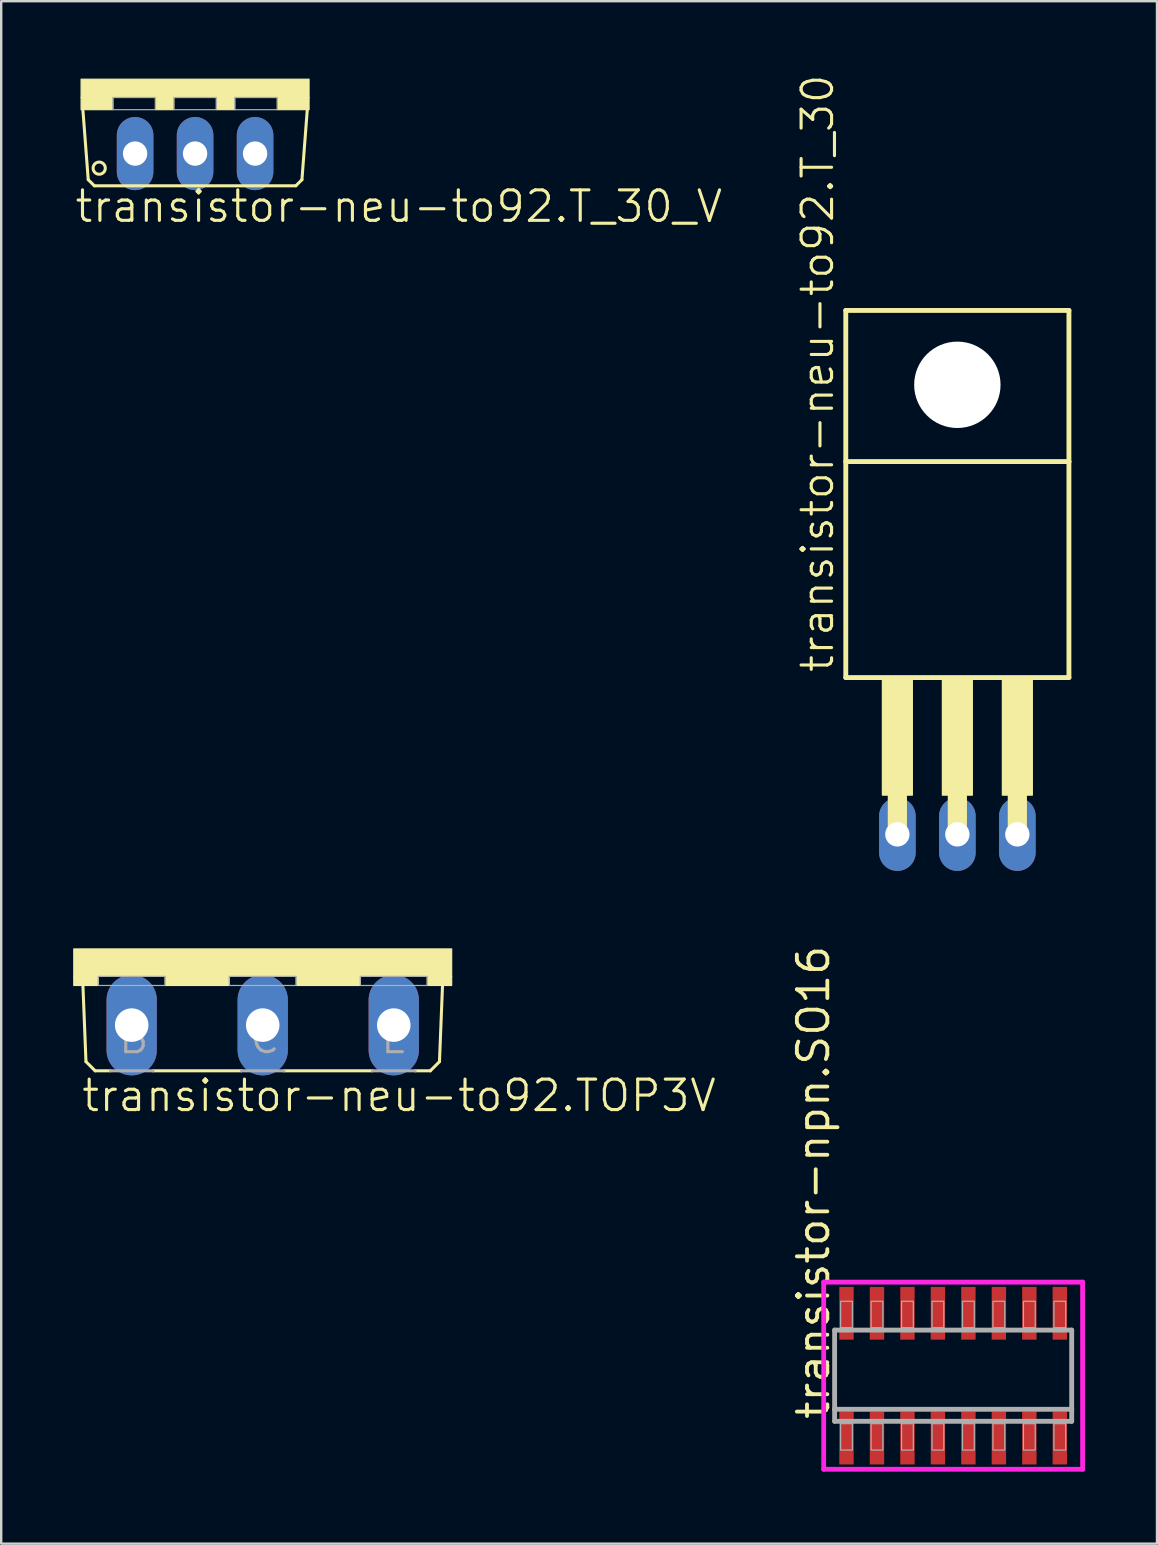
<source format=kicad_pcb>
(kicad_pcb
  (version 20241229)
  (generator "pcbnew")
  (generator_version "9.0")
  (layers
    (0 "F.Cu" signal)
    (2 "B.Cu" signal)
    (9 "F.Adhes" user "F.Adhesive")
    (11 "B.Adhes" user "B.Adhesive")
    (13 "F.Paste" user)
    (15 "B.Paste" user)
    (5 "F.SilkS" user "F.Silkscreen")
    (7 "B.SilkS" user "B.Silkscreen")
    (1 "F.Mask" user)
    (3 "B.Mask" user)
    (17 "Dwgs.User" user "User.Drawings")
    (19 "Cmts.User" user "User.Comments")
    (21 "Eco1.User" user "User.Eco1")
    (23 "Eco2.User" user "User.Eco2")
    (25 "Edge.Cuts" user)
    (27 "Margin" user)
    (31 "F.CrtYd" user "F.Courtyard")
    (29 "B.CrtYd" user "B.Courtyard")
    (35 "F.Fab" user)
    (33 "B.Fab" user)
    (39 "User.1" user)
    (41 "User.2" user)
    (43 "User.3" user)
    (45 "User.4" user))
  (footprint "transistor-npn.SO16"
    (layer "F.Cu")
    (at 36.673 54.282)
    (property "Reference" "transistor-npn.SO16" (at -5.08 1.905 90) (layer "F.SilkS") (effects (font (size 1.27 1.27) (thickness 0.16)) (justify left bottom)))
    (attr smd)
    (fp_line (start -5.395 -3.9) (end 5.395 -3.9) (stroke (width 0.2) (type default)) (layer "F.CrtYd"))
    (fp_line (start -5.395 3.9) (end -5.395 -3.9) (stroke (width 0.2) (type default)) (layer "F.CrtYd"))
    (fp_line (start 5.395 -3.9) (end 5.395 3.9) (stroke (width 0.2) (type default)) (layer "F.CrtYd"))
    (fp_line (start 5.395 3.9) (end -5.395 3.9) (stroke (width 0.2) (type default)) (layer "F.CrtYd"))
    (fp_line (start -4.94 -1.9) (end 4.94 -1.9) (stroke (width 0.203) (type default)) (layer "F.Fab"))
    (fp_line (start -4.94 1.4) (end -4.94 -1.9) (stroke (width 0.203) (type default)) (layer "F.Fab"))
    (fp_line (start -4.94 1.9) (end -4.94 1.4) (stroke (width 0.203) (type default)) (layer "F.Fab"))
    (fp_line (start 4.94 -1.9) (end 4.94 1.4) (stroke (width 0.203) (type default)) (layer "F.Fab"))
    (fp_line (start 4.94 1.4) (end -4.94 1.4) (stroke (width 0.203) (type default)) (layer "F.Fab"))
    (fp_line (start 4.94 1.4) (end 4.94 1.9) (stroke (width 0.203) (type default)) (layer "F.Fab"))
    (fp_line (start 4.94 1.9) (end -4.94 1.9) (stroke (width 0.203) (type default)) (layer "F.Fab"))
    (fp_rect (start -4.69 -2) (end -4.2 -3.1) (stroke (width 0.05) (type default)) (fill no) (layer "F.Fab"))
    (fp_rect (start -4.69 3.1) (end -4.2 2) (stroke (width 0.05) (type default)) (fill no) (layer "F.Fab"))
    (fp_rect (start -3.42 -2) (end -2.93 -3.1) (stroke (width 0.05) (type default)) (fill no) (layer "F.Fab"))
    (fp_rect (start -3.42 3.1) (end -2.93 2) (stroke (width 0.05) (type default)) (fill no) (layer "F.Fab"))
    (fp_rect (start -2.15 -2) (end -1.66 -3.1) (stroke (width 0.05) (type default)) (fill no) (layer "F.Fab"))
    (fp_rect (start -2.15 3.1) (end -1.66 2) (stroke (width 0.05) (type default)) (fill no) (layer "F.Fab"))
    (fp_rect (start -0.88 -2) (end -0.39 -3.1) (stroke (width 0.05) (type default)) (fill no) (layer "F.Fab"))
    (fp_rect (start -0.88 3.1) (end -0.39 2) (stroke (width 0.05) (type default)) (fill no) (layer "F.Fab"))
    (fp_rect (start 0.39 -2) (end 0.88 -3.1) (stroke (width 0.05) (type default)) (fill no) (layer "F.Fab"))
    (fp_rect (start 0.39 3.1) (end 0.88 2) (stroke (width 0.05) (type default)) (fill no) (layer "F.Fab"))
    (fp_rect (start 1.66 -2) (end 2.15 -3.1) (stroke (width 0.05) (type default)) (fill no) (layer "F.Fab"))
    (fp_rect (start 1.66 3.1) (end 2.15 2) (stroke (width 0.05) (type default)) (fill no) (layer "F.Fab"))
    (fp_rect (start 2.93 -2) (end 3.42 -3.1) (stroke (width 0.05) (type default)) (fill no) (layer "F.Fab"))
    (fp_rect (start 2.93 3.1) (end 3.42 2) (stroke (width 0.05) (type default)) (fill no) (layer "F.Fab"))
    (fp_rect (start 4.2 -2) (end 4.69 -3.1) (stroke (width 0.05) (type default)) (fill no) (layer "F.Fab"))
    (fp_rect (start 4.2 3.1) (end 4.69 2) (stroke (width 0.05) (type default)) (fill no) (layer "F.Fab"))
    (pad "1" smd roundrect (at -4.445 2.6) (size 0.6 2.2) (layers "F.Cu" "F.Mask" "F.Paste") (roundrect_rratio 0.01))
    (pad "2" smd roundrect (at -3.175 2.6) (size 0.6 2.2) (layers "F.Cu" "F.Mask" "F.Paste") (roundrect_rratio 0.01))
    (pad "3" smd roundrect (at -1.905 2.6) (size 0.6 2.2) (layers "F.Cu" "F.Mask" "F.Paste") (roundrect_rratio 0.01))
    (pad "4" smd roundrect (at -0.635 2.6) (size 0.6 2.2) (layers "F.Cu" "F.Mask" "F.Paste") (roundrect_rratio 0.01))
    (pad "5" smd roundrect (at 0.635 2.6) (size 0.6 2.2) (layers "F.Cu" "F.Mask" "F.Paste") (roundrect_rratio 0.01))
    (pad "6" smd roundrect (at 1.905 2.6) (size 0.6 2.2) (layers "F.Cu" "F.Mask" "F.Paste") (roundrect_rratio 0.01))
    (pad "7" smd roundrect (at 3.175 2.6) (size 0.6 2.2) (layers "F.Cu" "F.Mask" "F.Paste") (roundrect_rratio 0.01))
    (pad "8" smd roundrect (at 4.445 2.6) (size 0.6 2.2) (layers "F.Cu" "F.Mask" "F.Paste") (roundrect_rratio 0.01))
    (pad "9" smd roundrect (at 4.445 -2.6) (size 0.6 2.2) (layers "F.Cu" "F.Mask" "F.Paste") (roundrect_rratio 0.01))
    (pad "10" smd roundrect (at 3.175 -2.6) (size 0.6 2.2) (layers "F.Cu" "F.Mask" "F.Paste") (roundrect_rratio 0.01))
    (pad "11" smd roundrect (at 1.905 -2.6) (size 0.6 2.2) (layers "F.Cu" "F.Mask" "F.Paste") (roundrect_rratio 0.01))
    (pad "12" smd roundrect (at 0.635 -2.6) (size 0.6 2.2) (layers "F.Cu" "F.Mask" "F.Paste") (roundrect_rratio 0.01))
    (pad "13" smd roundrect (at -0.635 -2.6) (size 0.6 2.2) (layers "F.Cu" "F.Mask" "F.Paste") (roundrect_rratio 0.01))
    (pad "14" smd roundrect (at -1.905 -2.6) (size 0.6 2.2) (layers "F.Cu" "F.Mask" "F.Paste") (roundrect_rratio 0.01))
    (pad "15" smd roundrect (at -3.175 -2.6) (size 0.6 2.2) (layers "F.Cu" "F.Mask" "F.Paste") (roundrect_rratio 0.01))
    (pad "16" smd roundrect (at -4.445 -2.6) (size 0.6 2.2) (layers "F.Cu" "F.Mask" "F.Paste") (roundrect_rratio 0.01)))
  (footprint "transistor-neu-to92.T_30"
    (layer "F.Cu")
    (at 36.848 12.987)
    (property "Reference" "transistor-neu-to92.T_30" (at -5.08 12.065 90) (layer "F.SilkS") (effects (font (size 1.27 1.27) (thickness 0.13)) (justify left bottom)))
    (attr through_hole)
    (fp_line (start -4.65 -3.1) (end 4.65 -3.1) (stroke (width 0.203) (type default)) (layer "F.SilkS"))
    (fp_line (start -4.65 12.2) (end -4.65 -3.1) (stroke (width 0.203) (type default)) (layer "F.SilkS"))
    (fp_line (start -2.5 16.905) (end -2.5 18.73) (stroke (width 0.8) (type default)) (layer "F.SilkS"))
    (fp_line (start 0 16.905) (end 0 18.73) (stroke (width 0.8) (type default)) (layer "F.SilkS"))
    (fp_line (start 2.5 16.905) (end 2.5 18.73) (stroke (width 0.8) (type default)) (layer "F.SilkS"))
    (fp_line (start 4.65 -3.1) (end 4.65 3.2) (stroke (width 0.203) (type default)) (layer "F.SilkS"))
    (fp_line (start 4.65 3.2) (end -4.65 3.2) (stroke (width 0.203) (type default)) (layer "F.SilkS"))
    (fp_line (start 4.65 3.2) (end 4.65 12.2) (stroke (width 0.203) (type default)) (layer "F.SilkS"))
    (fp_line (start 4.65 12.2) (end -4.65 12.2) (stroke (width 0.203) (type default)) (layer "F.SilkS"))
    (fp_rect (start -3.125 17.1) (end -1.875 12.275) (stroke (width 0.05) (type default)) (fill yes) (layer "F.SilkS"))
    (fp_rect (start -0.625 17.1) (end 0.625 12.275) (stroke (width 0.05) (type default)) (fill yes) (layer "F.SilkS"))
    (fp_rect (start 1.875 17.1) (end 3.125 12.275) (stroke (width 0.05) (type default)) (fill yes) (layer "F.SilkS"))
    (pad "" np_thru_hole circle (at 0 0) (size 3.6 3.6) (drill 3.6) (layers "*.Cu" "*.Mask"))
    (pad "1" thru_hole oval (at -2.5 18.735 90) (size 3.048 1.524) (drill 1.016) (layers "*.Cu" "*.Mask"))
    (pad "2" thru_hole oval (at 0 18.735 90) (size 3.048 1.524) (drill 1.016) (layers "*.Cu" "*.Mask"))
    (pad "3" thru_hole oval (at 2.5 18.735 90) (size 3.048 1.524) (drill 1.016) (layers "*.Cu" "*.Mask")))
  (footprint "transistor-neu-to92.T_30_V"
    (layer "F.Cu")
    (at 5.08 0.25)
    (property "Reference" "transistor-neu-to92.T_30_V" (at -5.08 6.045 0) (layer "F.SilkS") (effects (font (size 1.27 1.27) (thickness 0.13)) (justify left bottom)))
    (attr through_hole)
    (fp_line (start -4.453 4.189) (end -4.68 1.218) (stroke (width 0.127) (type default)) (layer "F.SilkS"))
    (fp_line (start -4.453 4.189) (end -4.199 4.443) (stroke (width 0.127) (type default)) (layer "F.SilkS"))
    (fp_line (start 4.199 4.443) (end -4.199 4.443) (stroke (width 0.127) (type default)) (layer "F.SilkS"))
    (fp_line (start 4.199 4.443) (end 4.453 4.189) (stroke (width 0.127) (type default)) (layer "F.SilkS"))
    (fp_line (start 4.68 1.218) (end 4.453 4.189) (stroke (width 0.127) (type default)) (layer "F.SilkS"))
    (fp_rect (start -4.75 0.762) (end 4.75 0) (stroke (width 0.05) (type default)) (fill yes) (layer "F.SilkS"))
    (fp_rect (start -4.75 1.27) (end -3.429 0.762) (stroke (width 0.05) (type default)) (fill yes) (layer "F.SilkS"))
    (fp_rect (start -1.651 1.27) (end -0.889 0.762) (stroke (width 0.05) (type default)) (fill yes) (layer "F.SilkS"))
    (fp_rect (start 0.889 1.27) (end 1.651 0.762) (stroke (width 0.05) (type default)) (fill yes) (layer "F.SilkS"))
    (fp_rect (start 3.429 1.27) (end 4.75 0.762) (stroke (width 0.05) (type default)) (fill yes) (layer "F.SilkS"))
    (fp_circle (center -3.996 3.708) (end -3.742 3.708) (stroke (width 0.127) (type default)) (fill no) (layer "F.SilkS"))
    (fp_rect (start -3.429 1.27) (end -1.651 0.762) (stroke (width 0.05) (type default)) (fill no) (layer "F.Fab"))
    (fp_rect (start -0.889 1.27) (end 0.889 0.762) (stroke (width 0.05) (type default)) (fill no) (layer "F.Fab"))
    (fp_rect (start 1.651 1.27) (end 3.429 0.762) (stroke (width 0.05) (type default)) (fill no) (layer "F.Fab"))
    (pad "1" thru_hole oval (at -2.5 3.1 90) (size 3.048 1.524) (drill 1.016) (layers "*.Cu" "*.Mask"))
    (pad "2" thru_hole oval (at 0 3.1 90) (size 3.048 1.524) (drill 1.016) (layers "*.Cu" "*.Mask"))
    (pad "3" thru_hole oval (at 2.5 3.1 90) (size 3.048 1.524) (drill 1.016) (layers "*.Cu" "*.Mask")))
  (footprint "transistor-neu-to92.TOP3V"
    (layer "F.Cu")
    (at 7.899 36.496)
    (property "Reference" "transistor-neu-to92.TOP3V" (at -7.62 6.858 0) (layer "F.SilkS") (effects (font (size 1.27 1.27) (thickness 0.13)) (justify left bottom)))
    (attr through_hole)
    (fp_line (start -7.366 4.699) (end -7.493 1.524) (stroke (width 0.127) (type default)) (layer "F.SilkS"))
    (fp_line (start -6.985 5.08) (end -7.366 4.699) (stroke (width 0.127) (type default)) (layer "F.SilkS"))
    (fp_line (start -6.35 5.08) (end -6.985 5.08) (stroke (width 0.127) (type default)) (layer "F.SilkS"))
    (fp_line (start -0.889 5.08) (end -4.572 5.08) (stroke (width 0.127) (type default)) (layer "F.SilkS"))
    (fp_line (start 4.572 5.08) (end 0.889 5.08) (stroke (width 0.127) (type default)) (layer "F.SilkS"))
    (fp_line (start 6.985 5.08) (end 6.35 5.08) (stroke (width 0.127) (type default)) (layer "F.SilkS"))
    (fp_line (start 6.985 5.08) (end 7.366 4.699) (stroke (width 0.127) (type default)) (layer "F.SilkS"))
    (fp_line (start 7.366 4.699) (end 7.493 1.524) (stroke (width 0.127) (type default)) (layer "F.SilkS"))
    (fp_rect (start -7.874 1.143) (end 7.874 0) (stroke (width 0.05) (type default)) (fill yes) (layer "F.SilkS"))
    (fp_rect (start -7.874 1.524) (end -6.858 1.143) (stroke (width 0.05) (type default)) (fill yes) (layer "F.SilkS"))
    (fp_rect (start -4.064 1.524) (end -1.397 1.143) (stroke (width 0.05) (type default)) (fill yes) (layer "F.SilkS"))
    (fp_rect (start 1.397 1.524) (end 4.064 1.143) (stroke (width 0.05) (type default)) (fill yes) (layer "F.SilkS"))
    (fp_rect (start 6.858 1.524) (end 7.874 1.143) (stroke (width 0.05) (type default)) (fill yes) (layer "F.SilkS"))
    (fp_line (start -4.572 5.08) (end -6.35 5.08) (stroke (width 0.127) (type default)) (layer "F.Fab"))
    (fp_line (start 0.889 5.08) (end -0.889 5.08) (stroke (width 0.127) (type default)) (layer "F.Fab"))
    (fp_line (start 6.35 5.08) (end 4.572 5.08) (stroke (width 0.127) (type default)) (layer "F.Fab"))
    (fp_rect (start -6.858 1.524) (end -4.064 1.143) (stroke (width 0.05) (type default)) (fill no) (layer "F.Fab"))
    (fp_rect (start -1.397 1.524) (end 1.397 1.143) (stroke (width 0.05) (type default)) (fill no) (layer "F.Fab"))
    (fp_rect (start 4.064 1.524) (end 6.858 1.143) (stroke (width 0.05) (type default)) (fill no) (layer "F.Fab"))
    (fp_text user "C" (at -0.635 4.445 0) (layer "F.Fab") (effects (font (size 1.27 1.27) (thickness 0.13)) (justify left bottom)))
    (fp_text user "B" (at -6.096 4.445 0) (layer "F.Fab") (effects (font (size 1.27 1.27) (thickness 0.13)) (justify left bottom)))
    (fp_text user "E" (at 4.826 4.445 0) (layer "F.Fab") (effects (font (size 1.27 1.27) (thickness 0.13)) (justify left bottom)))
    (pad "B" thru_hole oval (at -5.461 3.175 90) (size 4.191 2.095) (drill 1.397) (layers "*.Cu" "*.Mask"))
    (pad "C" thru_hole oval (at 0 3.175 90) (size 4.191 2.095) (drill 1.397) (layers "*.Cu" "*.Mask"))
    (pad "E" thru_hole oval (at 5.461 3.175 90) (size 4.191 2.095) (drill 1.397) (layers "*.Cu" "*.Mask")))
  (gr_rect
    (start -3 -3)
    (end 45.168 61.282)
    (stroke (width 0.1) (type default))
    (fill no)
    (layer "Edge.Cuts")))
</source>
